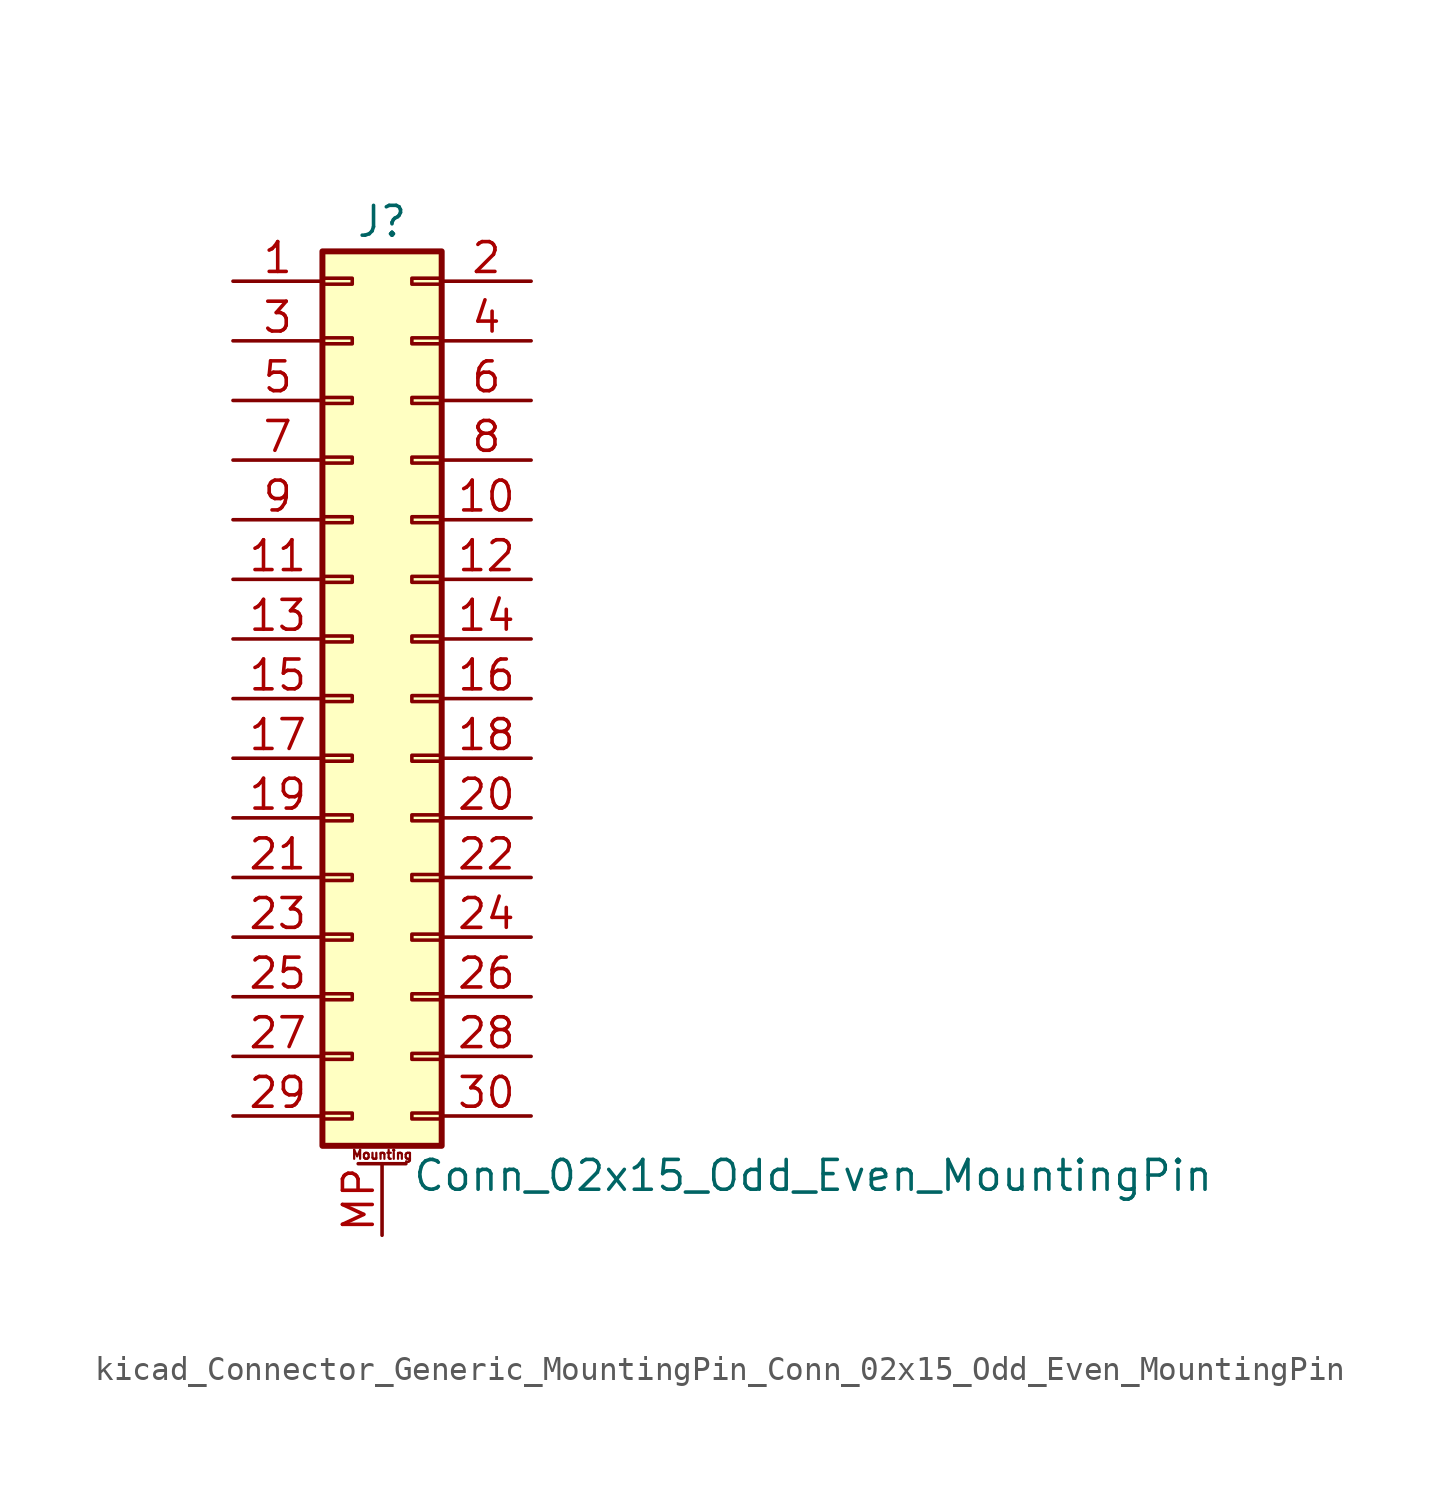
<source format=kicad_sym>
(kicad_symbol_lib
  (version 20220914)
  (generator kicad_symbol_editor)
  (symbol "kicad_Connector_Generic_MountingPin_Conn_02x15_Odd_Even_MountingPin"
    (pin_names
      (offset 1.016) hide)
    (property "Reference" "J"
      (at 1.27 20.32 0)
      (effects (font (size 1.27 1.27))))
    (property "Value" "Conn_02x15_Odd_Even_MountingPin"
      (at 2.54 -20.32 0)
      (effects (font (size 1.27 1.27)) (justify left)))
    (symbol "kicad_Connector_Generic_MountingPin_Conn_02x15_Odd_Even_MountingPin_1_1"
      (rectangle (start -1.27 -17.653) (end 0 -17.907) (stroke (width 0.152) (type default)) (fill (type none)))
      (rectangle (start -1.27 -15.113) (end 0 -15.367) (stroke (width 0.152) (type default)) (fill (type none)))
      (rectangle (start -1.27 -12.573) (end 0 -12.827) (stroke (width 0.152) (type default)) (fill (type none)))
      (rectangle (start -1.27 -10.033) (end 0 -10.287) (stroke (width 0.152) (type default)) (fill (type none)))
      (rectangle (start -1.27 -7.493) (end 0 -7.747) (stroke (width 0.152) (type default)) (fill (type none)))
      (rectangle (start -1.27 -4.953) (end 0 -5.207) (stroke (width 0.152) (type default)) (fill (type none)))
      (rectangle (start -1.27 -2.413) (end 0 -2.667) (stroke (width 0.152) (type default)) (fill (type none)))
      (rectangle (start -1.27 0.127) (end 0 -0.127) (stroke (width 0.152) (type default)) (fill (type none)))
      (rectangle (start -1.27 2.667) (end 0 2.413) (stroke (width 0.152) (type default)) (fill (type none)))
      (rectangle (start -1.27 5.207) (end 0 4.953) (stroke (width 0.152) (type default)) (fill (type none)))
      (rectangle (start -1.27 7.747) (end 0 7.493) (stroke (width 0.152) (type default)) (fill (type none)))
      (rectangle (start -1.27 10.287) (end 0 10.033) (stroke (width 0.152) (type default)) (fill (type none)))
      (rectangle (start -1.27 12.827) (end 0 12.573) (stroke (width 0.152) (type default)) (fill (type none)))
      (rectangle (start -1.27 15.367) (end 0 15.113) (stroke (width 0.152) (type default)) (fill (type none)))
      (rectangle (start -1.27 17.907) (end 0 17.653) (stroke (width 0.152) (type default)) (fill (type none)))
      (rectangle (start -1.27 19.05) (end 3.81 -19.05) (stroke (width 0.254) (type default)) (fill (type background)))
      (polyline (pts (xy 0.254 -19.812) (xy 2.286 -19.812)) (stroke (width 0.152) (type default)) (fill (type none)))
      (rectangle (start 3.81 -17.653) (end 2.54 -17.907) (stroke (width 0.152) (type default)) (fill (type none)))
      (rectangle (start 3.81 -15.113) (end 2.54 -15.367) (stroke (width 0.152) (type default)) (fill (type none)))
      (rectangle (start 3.81 -12.573) (end 2.54 -12.827) (stroke (width 0.152) (type default)) (fill (type none)))
      (rectangle (start 3.81 -10.033) (end 2.54 -10.287) (stroke (width 0.152) (type default)) (fill (type none)))
      (rectangle (start 3.81 -7.493) (end 2.54 -7.747) (stroke (width 0.152) (type default)) (fill (type none)))
      (rectangle (start 3.81 -4.953) (end 2.54 -5.207) (stroke (width 0.152) (type default)) (fill (type none)))
      (rectangle (start 3.81 -2.413) (end 2.54 -2.667) (stroke (width 0.152) (type default)) (fill (type none)))
      (rectangle (start 3.81 0.127) (end 2.54 -0.127) (stroke (width 0.152) (type default)) (fill (type none)))
      (rectangle (start 3.81 2.667) (end 2.54 2.413) (stroke (width 0.152) (type default)) (fill (type none)))
      (rectangle (start 3.81 5.207) (end 2.54 4.953) (stroke (width 0.152) (type default)) (fill (type none)))
      (rectangle (start 3.81 7.747) (end 2.54 7.493) (stroke (width 0.152) (type default)) (fill (type none)))
      (rectangle (start 3.81 10.287) (end 2.54 10.033) (stroke (width 0.152) (type default)) (fill (type none)))
      (rectangle (start 3.81 12.827) (end 2.54 12.573) (stroke (width 0.152) (type default)) (fill (type none)))
      (rectangle (start 3.81 15.367) (end 2.54 15.113) (stroke (width 0.152) (type default)) (fill (type none)))
      (rectangle (start 3.81 17.907) (end 2.54 17.653) (stroke (width 0.152) (type default)) (fill (type none)))
      (text "Mounting" (at 1.27 -19.431 0) (effects (font (size 0.381 0.381))))
      (pin passive line (at -5.08 17.78 0) (length 3.81) (name "Pin_1" (effects (font (size 1.27 1.27)))) (number "1" (effects (font (size 1.27 1.27)))))
      (pin passive line (at 7.62 7.62 180) (length 3.81) (name "Pin_10" (effects (font (size 1.27 1.27)))) (number "10" (effects (font (size 1.27 1.27)))))
      (pin passive line (at -5.08 5.08 0) (length 3.81) (name "Pin_11" (effects (font (size 1.27 1.27)))) (number "11" (effects (font (size 1.27 1.27)))))
      (pin passive line (at 7.62 5.08 180) (length 3.81) (name "Pin_12" (effects (font (size 1.27 1.27)))) (number "12" (effects (font (size 1.27 1.27)))))
      (pin passive line (at -5.08 2.54 0) (length 3.81) (name "Pin_13" (effects (font (size 1.27 1.27)))) (number "13" (effects (font (size 1.27 1.27)))))
      (pin passive line (at 7.62 2.54 180) (length 3.81) (name "Pin_14" (effects (font (size 1.27 1.27)))) (number "14" (effects (font (size 1.27 1.27)))))
      (pin passive line (at -5.08 0 0) (length 3.81) (name "Pin_15" (effects (font (size 1.27 1.27)))) (number "15" (effects (font (size 1.27 1.27)))))
      (pin passive line (at 7.62 0 180) (length 3.81) (name "Pin_16" (effects (font (size 1.27 1.27)))) (number "16" (effects (font (size 1.27 1.27)))))
      (pin passive line (at -5.08 -2.54 0) (length 3.81) (name "Pin_17" (effects (font (size 1.27 1.27)))) (number "17" (effects (font (size 1.27 1.27)))))
      (pin passive line (at 7.62 -2.54 180) (length 3.81) (name "Pin_18" (effects (font (size 1.27 1.27)))) (number "18" (effects (font (size 1.27 1.27)))))
      (pin passive line (at -5.08 -5.08 0) (length 3.81) (name "Pin_19" (effects (font (size 1.27 1.27)))) (number "19" (effects (font (size 1.27 1.27)))))
      (pin passive line (at 7.62 17.78 180) (length 3.81) (name "Pin_2" (effects (font (size 1.27 1.27)))) (number "2" (effects (font (size 1.27 1.27)))))
      (pin passive line (at 7.62 -5.08 180) (length 3.81) (name "Pin_20" (effects (font (size 1.27 1.27)))) (number "20" (effects (font (size 1.27 1.27)))))
      (pin passive line (at -5.08 -7.62 0) (length 3.81) (name "Pin_21" (effects (font (size 1.27 1.27)))) (number "21" (effects (font (size 1.27 1.27)))))
      (pin passive line (at 7.62 -7.62 180) (length 3.81) (name "Pin_22" (effects (font (size 1.27 1.27)))) (number "22" (effects (font (size 1.27 1.27)))))
      (pin passive line (at -5.08 -10.16 0) (length 3.81) (name "Pin_23" (effects (font (size 1.27 1.27)))) (number "23" (effects (font (size 1.27 1.27)))))
      (pin passive line (at 7.62 -10.16 180) (length 3.81) (name "Pin_24" (effects (font (size 1.27 1.27)))) (number "24" (effects (font (size 1.27 1.27)))))
      (pin passive line (at -5.08 -12.7 0) (length 3.81) (name "Pin_25" (effects (font (size 1.27 1.27)))) (number "25" (effects (font (size 1.27 1.27)))))
      (pin passive line (at 7.62 -12.7 180) (length 3.81) (name "Pin_26" (effects (font (size 1.27 1.27)))) (number "26" (effects (font (size 1.27 1.27)))))
      (pin passive line (at -5.08 -15.24 0) (length 3.81) (name "Pin_27" (effects (font (size 1.27 1.27)))) (number "27" (effects (font (size 1.27 1.27)))))
      (pin passive line (at 7.62 -15.24 180) (length 3.81) (name "Pin_28" (effects (font (size 1.27 1.27)))) (number "28" (effects (font (size 1.27 1.27)))))
      (pin passive line (at -5.08 -17.78 0) (length 3.81) (name "Pin_29" (effects (font (size 1.27 1.27)))) (number "29" (effects (font (size 1.27 1.27)))))
      (pin passive line (at -5.08 15.24 0) (length 3.81) (name "Pin_3" (effects (font (size 1.27 1.27)))) (number "3" (effects (font (size 1.27 1.27)))))
      (pin passive line (at 7.62 -17.78 180) (length 3.81) (name "Pin_30" (effects (font (size 1.27 1.27)))) (number "30" (effects (font (size 1.27 1.27)))))
      (pin passive line (at 7.62 15.24 180) (length 3.81) (name "Pin_4" (effects (font (size 1.27 1.27)))) (number "4" (effects (font (size 1.27 1.27)))))
      (pin passive line (at -5.08 12.7 0) (length 3.81) (name "Pin_5" (effects (font (size 1.27 1.27)))) (number "5" (effects (font (size 1.27 1.27)))))
      (pin passive line (at 7.62 12.7 180) (length 3.81) (name "Pin_6" (effects (font (size 1.27 1.27)))) (number "6" (effects (font (size 1.27 1.27)))))
      (pin passive line (at -5.08 10.16 0) (length 3.81) (name "Pin_7" (effects (font (size 1.27 1.27)))) (number "7" (effects (font (size 1.27 1.27)))))
      (pin passive line (at 7.62 10.16 180) (length 3.81) (name "Pin_8" (effects (font (size 1.27 1.27)))) (number "8" (effects (font (size 1.27 1.27)))))
      (pin passive line (at -5.08 7.62 0) (length 3.81) (name "Pin_9" (effects (font (size 1.27 1.27)))) (number "9" (effects (font (size 1.27 1.27)))))
      (pin passive line (at 1.27 -22.86 90) (length 3.048) (name "MountPin" (effects (font (size 1.27 1.27)))) (number "MP" (effects (font (size 1.27 1.27))))))))
</source>
